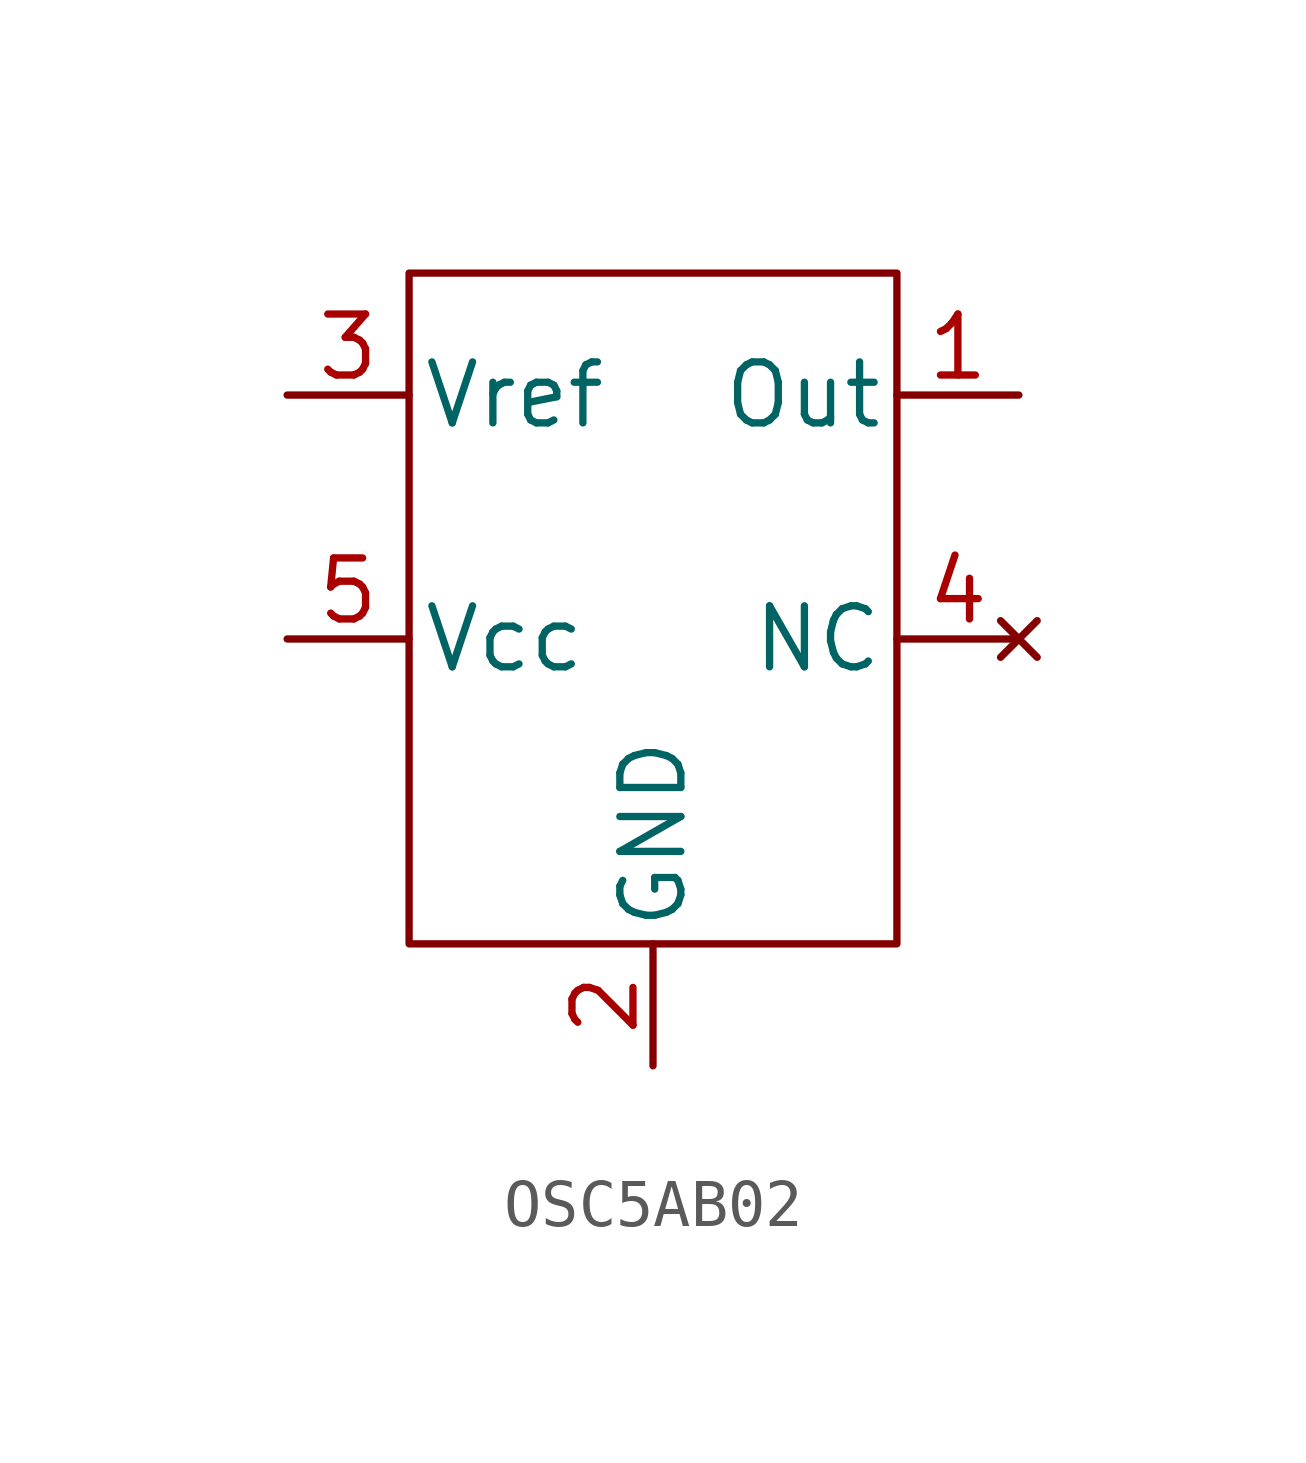
<source format=kicad_sym>
(kicad_symbol_lib
  (version 20241209)
  (generator "kicad_symbol_editor")
  (generator_version "9.0")
  (symbol "OSC5AB02"
    (pin_names
      (offset 0.254))
    (property "Reference" "OSC5A2B02"
      (at -5.08 6.35 0)
      (effects (font (size 1.27 1.27)) (justify left) (hide yes)))
    (symbol "OSC5AB02_0_1"
      (rectangle (start -5.08 3.81) (end 5.08 -10.16) (stroke (width 0) (type default)) (fill (type none))))
    (symbol "OSC5AB02_1_1"
      (pin input line (at -7.62 1.27 0) (length 2.54) (name "Vref" (effects (font (size 1.27 1.27)))) (number "3" (effects (font (size 1.27 1.27)))))
      (pin input line (at -7.62 -3.81 0) (length 2.54) (name "Vcc" (effects (font (size 1.27 1.27)))) (number "5" (effects (font (size 1.27 1.27)))))
      (pin input line (at 0 -12.7 90) (length 2.54) (name "GND" (effects (font (size 1.27 1.27)))) (number "2" (effects (font (size 1.27 1.27)))))
      (pin output line (at 7.62 1.27 180) (length 2.54) (name "Out" (effects (font (size 1.27 1.27)))) (number "1" (effects (font (size 1.27 1.27)))))
      (pin no_connect line (at 7.62 -3.81 180) (length 2.54) (name "NC" (effects (font (size 1.27 1.27)))) (number "4" (effects (font (size 1.27 1.27))))))))
</source>
